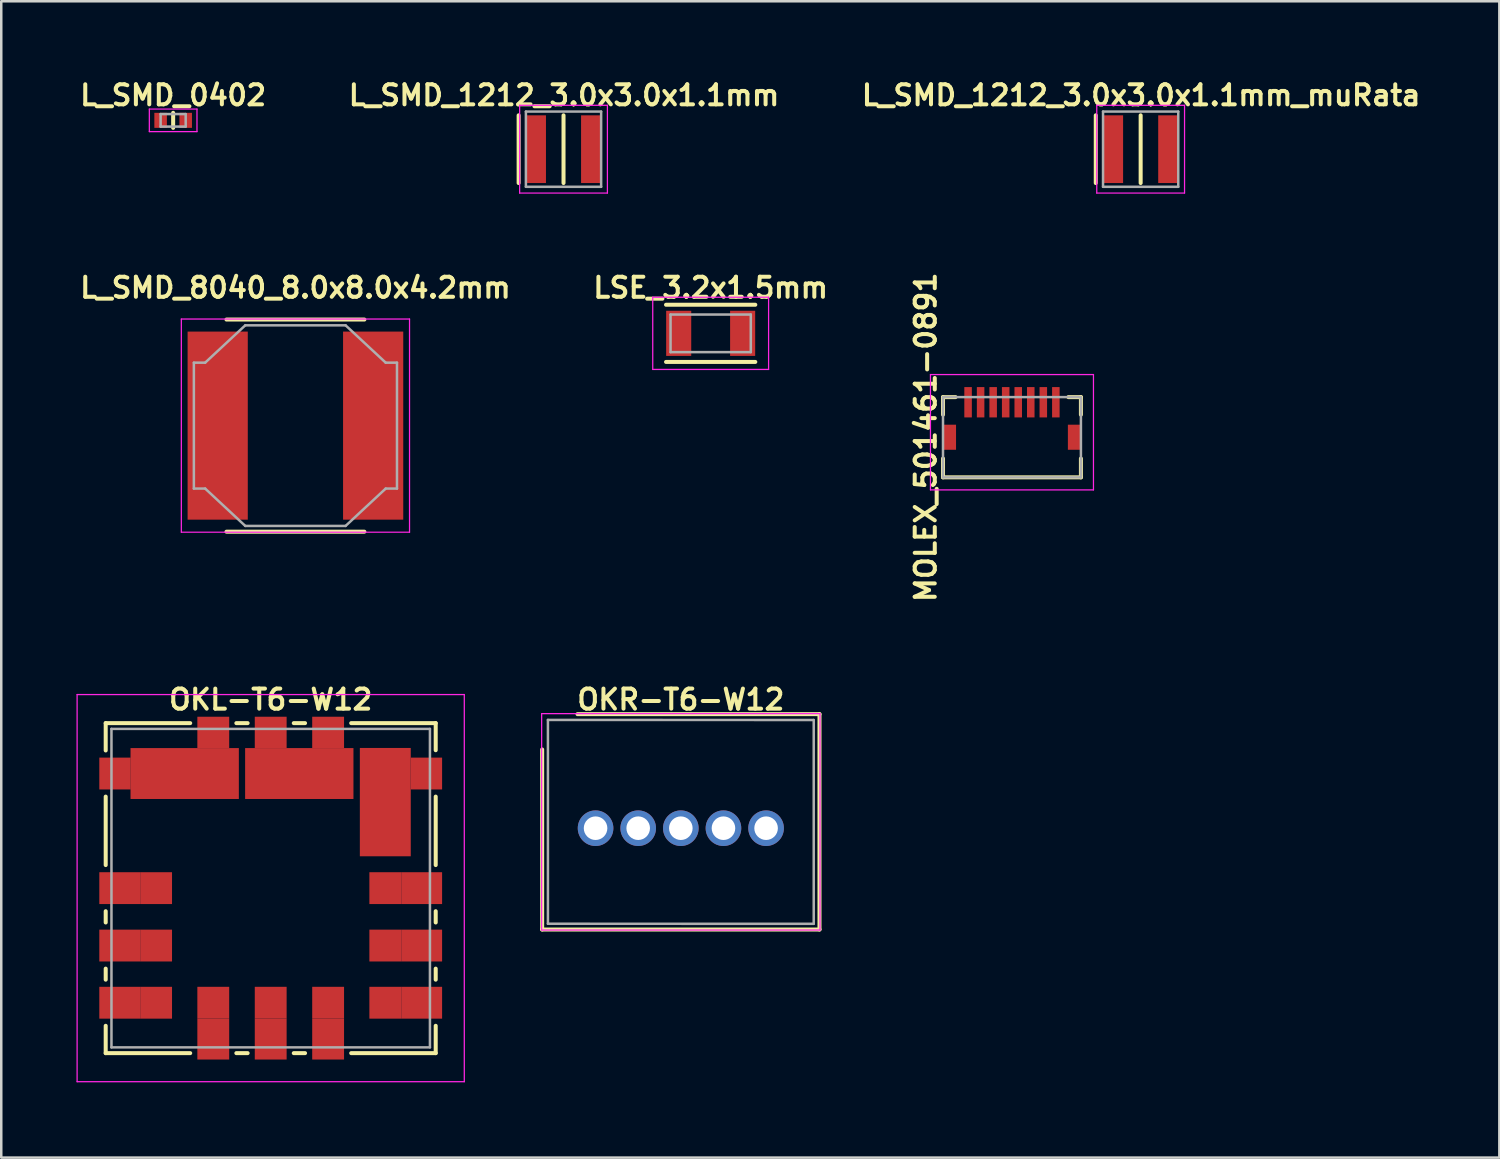
<source format=kicad_pcb>
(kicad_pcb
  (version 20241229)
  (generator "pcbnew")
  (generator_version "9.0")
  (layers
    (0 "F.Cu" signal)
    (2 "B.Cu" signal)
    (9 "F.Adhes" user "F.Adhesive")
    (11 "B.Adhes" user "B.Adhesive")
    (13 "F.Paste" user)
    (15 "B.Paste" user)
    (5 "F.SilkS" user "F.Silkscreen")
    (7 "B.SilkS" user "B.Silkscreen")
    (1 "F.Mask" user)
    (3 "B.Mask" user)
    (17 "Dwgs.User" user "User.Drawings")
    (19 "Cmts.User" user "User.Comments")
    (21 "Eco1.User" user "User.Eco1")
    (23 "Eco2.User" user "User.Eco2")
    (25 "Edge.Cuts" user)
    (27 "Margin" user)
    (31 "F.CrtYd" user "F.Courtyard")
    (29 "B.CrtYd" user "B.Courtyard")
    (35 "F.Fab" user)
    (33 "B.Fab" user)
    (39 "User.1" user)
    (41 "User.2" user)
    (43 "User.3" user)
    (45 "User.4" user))
  (footprint "L_SMD_8040_8.0x8.0x4.2mm"
    (layer "F.Cu")
    (at 8.731 13.923)
    (property "Reference" "L_SMD_8040_8.0x8.0x4.2mm" (at 0 -5.5 0) (layer "F.SilkS") (effects (font (size 0.8 0.8) (thickness 0.16))))
    (attr through_hole)
    (fp_line (start -2.75 -4.23) (end 2.75 -4.23) (stroke (width 0.16) (type solid)) (layer "F.SilkS"))
    (fp_line (start 2.75 4.23) (end -2.75 4.23) (stroke (width 0.16) (type solid)) (layer "F.SilkS"))
    (fp_line (start -4.55 -4.25) (end 4.55 -4.25) (stroke (width 0.05) (type solid)) (layer "F.CrtYd"))
    (fp_line (start -4.55 4.25) (end -4.55 -4.25) (stroke (width 0.05) (type solid)) (layer "F.CrtYd"))
    (fp_line (start 4.55 -4.25) (end 4.55 4.25) (stroke (width 0.05) (type solid)) (layer "F.CrtYd"))
    (fp_line (start 4.55 4.25) (end -4.55 4.25) (stroke (width 0.05) (type solid)) (layer "F.CrtYd"))
    (fp_line (start -4.05 -2.51) (end -4.05 2.51) (stroke (width 0.1) (type solid)) (layer "F.Fab"))
    (fp_line (start -4.05 -2.51) (end -3.6 -2.51) (stroke (width 0.1) (type solid)) (layer "F.Fab"))
    (fp_line (start -3.6 -2.51) (end -2 -4) (stroke (width 0.1) (type solid)) (layer "F.Fab"))
    (fp_line (start -3.6 2.51) (end -4.05 2.51) (stroke (width 0.1) (type solid)) (layer "F.Fab"))
    (fp_line (start -2 -4) (end 2 -4) (stroke (width 0.1) (type solid)) (layer "F.Fab"))
    (fp_line (start -2 4) (end -3.6 2.51) (stroke (width 0.1) (type solid)) (layer "F.Fab"))
    (fp_line (start 2 4) (end -2 4) (stroke (width 0.1) (type solid)) (layer "F.Fab"))
    (fp_line (start 3.6 -2.51) (end 2 -4) (stroke (width 0.1) (type solid)) (layer "F.Fab"))
    (fp_line (start 3.6 -2.51) (end 4.05 -2.51) (stroke (width 0.1) (type solid)) (layer "F.Fab"))
    (fp_line (start 3.6 2.51) (end 2 4) (stroke (width 0.1) (type solid)) (layer "F.Fab"))
    (fp_line (start 4.05 2.51) (end 3.6 2.51) (stroke (width 0.1) (type solid)) (layer "F.Fab"))
    (fp_line (start 4.05 2.51) (end 4.05 -2.51) (stroke (width 0.1) (type solid)) (layer "F.Fab"))
    (pad "" smd rect (at -3.1 -2.87) (size 2.4 1.75) (layers "F.Paste"))
    (pad "" smd rect (at -3.1 -0.937) (size 2.4 1.75) (layers "F.Paste"))
    (pad "" smd rect (at -3.1 0.997) (size 2.4 1.75) (layers "F.Paste"))
    (pad "" smd rect (at -3.1 2.93) (size 2.4 1.75) (layers "F.Paste"))
    (pad "" smd rect (at 3.1 -2.93 180) (size 2.4 1.75) (layers "F.Paste"))
    (pad "" smd rect (at 3.1 -0.997 180) (size 2.4 1.75) (layers "F.Paste"))
    (pad "" smd rect (at 3.1 0.937 180) (size 2.4 1.75) (layers "F.Paste"))
    (pad "" smd rect (at 3.1 2.87 180) (size 2.4 1.75) (layers "F.Paste"))
    (pad "1" smd rect (at -3.1 0) (size 2.4 7.5) (layers "F.Cu" "F.Mask"))
    (pad "2" smd rect (at 3.1 0) (size 2.4 7.5) (layers "F.Cu" "F.Mask")))
  (footprint "LSE_3.2x1.5mm"
    (layer "F.Cu")
    (at 25.29 10.243)
    (property "Reference" "LSE_3.2x1.5mm" (at 0 -1.82 0) (layer "F.SilkS") (effects (font (size 0.8 0.8) (thickness 0.16))))
    (attr through_hole)
    (fp_line (start -1.78 1.14) (end 1.78 1.14) (stroke (width 0.16) (type solid)) (layer "F.SilkS"))
    (fp_line (start 1.78 -1.14) (end -1.78 -1.14) (stroke (width 0.16) (type solid)) (layer "F.SilkS"))
    (fp_line (start -2.31 -1.44) (end 2.31 -1.44) (stroke (width 0.05) (type solid)) (layer "F.CrtYd"))
    (fp_line (start -2.31 1.44) (end -2.31 -1.44) (stroke (width 0.05) (type solid)) (layer "F.CrtYd"))
    (fp_line (start 2.31 -1.44) (end 2.31 1.44) (stroke (width 0.05) (type solid)) (layer "F.CrtYd"))
    (fp_line (start 2.31 1.44) (end -2.31 1.44) (stroke (width 0.05) (type solid)) (layer "F.CrtYd"))
    (fp_line (start -1.6 -0.75) (end -1.6 0.75) (stroke (width 0.1) (type solid)) (layer "F.Fab"))
    (fp_line (start -1.6 -0.75) (end 1.6 -0.75) (stroke (width 0.1) (type solid)) (layer "F.Fab"))
    (fp_line (start 1.6 -0.75) (end 1.6 0.75) (stroke (width 0.1) (type solid)) (layer "F.Fab"))
    (fp_line (start 1.6 0.75) (end -1.6 0.75) (stroke (width 0.1) (type solid)) (layer "F.Fab"))
    (pad "1" smd rect (at -1.275 0) (size 1 1.8) (layers "F.Cu" "F.Mask" "F.Paste"))
    (pad "2" smd rect (at 1.275 0) (size 1 1.8) (layers "F.Cu" "F.Mask" "F.Paste")))
  (footprint "OKR-T6-W12"
    (layer "F.Cu")
    (at 24.1 33.787)
    (property "Reference" "OKR-T6-W12" (at 0 -8.94 0) (layer "F.SilkS") (effects (font (size 0.8 0.8) (thickness 0.16))))
    (attr through_hole)
    (fp_line (start -5.53 -6.95) (end -5.53 0.23) (stroke (width 0.16) (type solid)) (layer "F.SilkS"))
    (fp_line (start -5.53 0.23) (end 5.53 0.23) (stroke (width 0.16) (type solid)) (layer "F.SilkS"))
    (fp_line (start -4.12 -8.358) (end 5.53 -8.358) (stroke (width 0.16) (type solid)) (layer "F.SilkS"))
    (fp_line (start 5.53 -8.358) (end 5.53 0.23) (stroke (width 0.16) (type solid)) (layer "F.SilkS"))
    (fp_line (start -5.55 -8.378) (end 5.55 -8.378) (stroke (width 0.05) (type solid)) (layer "F.CrtYd"))
    (fp_line (start -5.55 0.25) (end -5.55 -8.378) (stroke (width 0.05) (type solid)) (layer "F.CrtYd"))
    (fp_line (start -5.55 0.25) (end 5.55 0.25) (stroke (width 0.05) (type solid)) (layer "F.CrtYd"))
    (fp_line (start 5.55 0.25) (end 5.55 -8.378) (stroke (width 0.05) (type solid)) (layer "F.CrtYd"))
    (fp_line (start -5.3 -8.128) (end -5.3 0) (stroke (width 0.1) (type solid)) (layer "F.Fab"))
    (fp_line (start -5.3 -8.128) (end 5.3 -8.125) (stroke (width 0.1) (type solid)) (layer "F.Fab"))
    (fp_line (start -5.3 0) (end 5.3 0.003) (stroke (width 0.1) (type solid)) (layer "F.Fab"))
    (fp_line (start 5.3 -8.125) (end 5.3 0.003) (stroke (width 0.1) (type solid)) (layer "F.Fab"))
    (pad "1" thru_hole circle (at -3.4 -3.81) (size 1.42 1.42) (drill 0.94) (layers "*.Cu" "*.Mask"))
    (pad "2" thru_hole circle (at -1.7 -3.81) (size 1.42 1.42) (drill 0.94) (layers "*.Cu" "*.Mask"))
    (pad "3" thru_hole circle (at 0 -3.81) (size 1.42 1.42) (drill 0.94) (layers "*.Cu" "*.Mask"))
    (pad "4" thru_hole circle (at 1.7 -3.81) (size 1.42 1.42) (drill 0.94) (layers "*.Cu" "*.Mask"))
    (pad "5" thru_hole circle (at 3.4 -3.81) (size 1.42 1.42) (drill 0.94) (layers "*.Cu" "*.Mask")))
  (footprint "L_SMD_1212_3.0x3.0x1.1mm_muRata"
    (layer "F.Cu")
    (at 42.437 2.899)
    (property "Reference" "L_SMD_1212_3.0x3.0x1.1mm_muRata" (at 0.02 -2.15 0) (layer "F.SilkS") (effects (font (size 0.8 0.8) (thickness 0.16))))
    (attr through_hole)
    (fp_line (start -1.79 -1.35) (end -1.79 1.35) (stroke (width 0.16) (type solid)) (layer "F.SilkS"))
    (fp_line (start 0 -1.35) (end 0 1.35) (stroke (width 0.16) (type solid)) (layer "F.SilkS"))
    (fp_line (start -1.75 -1.75) (end 1.75 -1.75) (stroke (width 0.05) (type solid)) (layer "F.CrtYd"))
    (fp_line (start -1.75 1.75) (end -1.75 -1.75) (stroke (width 0.05) (type solid)) (layer "F.CrtYd"))
    (fp_line (start 1.75 -1.75) (end 1.75 1.75) (stroke (width 0.05) (type solid)) (layer "F.CrtYd"))
    (fp_line (start 1.75 1.75) (end -1.75 1.75) (stroke (width 0.05) (type solid)) (layer "F.CrtYd"))
    (fp_line (start -1.5 -1.5) (end -1.5 1.5) (stroke (width 0.1) (type solid)) (layer "F.Fab"))
    (fp_line (start -1.5 1.5) (end 1.5 1.5) (stroke (width 0.1) (type solid)) (layer "F.Fab"))
    (fp_line (start 1.5 -1.5) (end -1.5 -1.5) (stroke (width 0.1) (type solid)) (layer "F.Fab"))
    (fp_line (start 1.5 1.5) (end 1.5 -1.5) (stroke (width 0.1) (type solid)) (layer "F.Fab"))
    (pad "1" smd rect (at -1.1 0) (size 0.8 2.7) (layers "F.Cu" "F.Mask" "F.Paste"))
    (pad "2" smd rect (at 1.1 0) (size 0.8 2.7) (layers "F.Cu" "F.Mask" "F.Paste")))
  (footprint "L_SMD_1212_3.0x3.0x1.1mm"
    (layer "F.Cu")
    (at 19.422 2.899)
    (property "Reference" "L_SMD_1212_3.0x3.0x1.1mm" (at 0.02 -2.15 0) (layer "F.SilkS") (effects (font (size 0.8 0.8) (thickness 0.16))))
    (attr through_hole)
    (fp_line (start -1.79 -1.35) (end -1.79 1.35) (stroke (width 0.16) (type solid)) (layer "F.SilkS"))
    (fp_line (start 0 -1.35) (end 0 1.35) (stroke (width 0.16) (type solid)) (layer "F.SilkS"))
    (fp_line (start -1.75 -1.75) (end 1.75 -1.75) (stroke (width 0.05) (type solid)) (layer "F.CrtYd"))
    (fp_line (start -1.75 1.75) (end -1.75 -1.75) (stroke (width 0.05) (type solid)) (layer "F.CrtYd"))
    (fp_line (start 1.75 -1.75) (end 1.75 1.75) (stroke (width 0.05) (type solid)) (layer "F.CrtYd"))
    (fp_line (start 1.75 1.75) (end -1.75 1.75) (stroke (width 0.05) (type solid)) (layer "F.CrtYd"))
    (fp_line (start -1.5 -1.5) (end -1.5 1.5) (stroke (width 0.1) (type solid)) (layer "F.Fab"))
    (fp_line (start -1.5 1.5) (end 1.5 1.5) (stroke (width 0.1) (type solid)) (layer "F.Fab"))
    (fp_line (start 1.5 -1.5) (end -1.5 -1.5) (stroke (width 0.1) (type solid)) (layer "F.Fab"))
    (fp_line (start 1.5 1.5) (end 1.5 -1.5) (stroke (width 0.1) (type solid)) (layer "F.Fab"))
    (pad "1" smd rect (at -1.1 0) (size 0.8 2.7) (layers "F.Cu" "F.Mask" "F.Paste"))
    (pad "2" smd rect (at 1.1 0) (size 0.8 2.7) (layers "F.Cu" "F.Mask" "F.Paste")))
  (footprint "L_SMD_0402"
    (layer "F.Cu")
    (at 3.855 1.749)
    (property "Reference" "L_SMD_0402" (at 0 -1 0) (layer "F.SilkS") (effects (font (size 0.8 0.8) (thickness 0.16))))
    (attr through_hole)
    (fp_line (start 0 -0.3) (end 0 0.3) (stroke (width 0.16) (type solid)) (layer "F.SilkS"))
    (fp_line (start -0.95 -0.45) (end 0.95 -0.45) (stroke (width 0.05) (type solid)) (layer "F.CrtYd"))
    (fp_line (start -0.95 0.45) (end -0.95 -0.45) (stroke (width 0.05) (type solid)) (layer "F.CrtYd"))
    (fp_line (start -0.95 0.45) (end 0.95 0.45) (stroke (width 0.05) (type solid)) (layer "F.CrtYd"))
    (fp_line (start 0.95 0.45) (end 0.95 -0.45) (stroke (width 0.05) (type solid)) (layer "F.CrtYd"))
    (fp_line (start -0.5 -0.25) (end 0.5 -0.25) (stroke (width 0.1) (type solid)) (layer "F.Fab"))
    (fp_line (start -0.5 0.25) (end -0.5 -0.25) (stroke (width 0.1) (type solid)) (layer "F.Fab"))
    (fp_line (start -0.5 0.25) (end 0.5 0.25) (stroke (width 0.1) (type solid)) (layer "F.Fab"))
    (fp_line (start 0.5 0.25) (end 0.5 -0.25) (stroke (width 0.1) (type solid)) (layer "F.Fab"))
    (pad "1" smd rect (at -0.5 0) (size 0.5 0.6) (layers "F.Cu" "F.Mask" "F.Paste"))
    (pad "2" smd rect (at 0.5 0) (size 0.5 0.6) (layers "F.Cu" "F.Mask" "F.Paste")))
  (footprint "MOLEX_501461-0891"
    (layer "F.Cu")
    (at 37.305 14.386)
    (property "Reference" "MOLEX_501461-0891" (at -3.44 0 90) (layer "F.SilkS") (effects (font (size 0.8 0.8) (thickness 0.16))))
    (attr smd)
    (fp_line (start -2.75 -1.6) (end -2.75 -0.9) (stroke (width 0.16) (type solid)) (layer "F.SilkS"))
    (fp_line (start -2.75 0.85) (end -2.75 1.6) (stroke (width 0.16) (type solid)) (layer "F.SilkS"))
    (fp_line (start -2.75 1.6) (end 2.75 1.6) (stroke (width 0.16) (type solid)) (layer "F.SilkS"))
    (fp_line (start -2.25 -1.6) (end -2.75 -1.6) (stroke (width 0.16) (type solid)) (layer "F.SilkS"))
    (fp_line (start 2.25 -1.6) (end 2.75 -1.6) (stroke (width 0.16) (type solid)) (layer "F.SilkS"))
    (fp_line (start 2.75 -1.6) (end 2.75 -0.9) (stroke (width 0.16) (type solid)) (layer "F.SilkS"))
    (fp_line (start 2.75 1.6) (end 2.75 0.85) (stroke (width 0.16) (type solid)) (layer "F.SilkS"))
    (fp_line (start -3.25 -2.5) (end 3.25 -2.5) (stroke (width 0.05) (type solid)) (layer "F.CrtYd"))
    (fp_line (start -3.25 2.1) (end -3.25 -2.5) (stroke (width 0.05) (type solid)) (layer "F.CrtYd"))
    (fp_line (start 3.25 -2.5) (end 3.25 2.1) (stroke (width 0.05) (type solid)) (layer "F.CrtYd"))
    (fp_line (start 3.25 2.1) (end -3.25 2.1) (stroke (width 0.05) (type solid)) (layer "F.CrtYd"))
    (fp_line (start -2.75 -1.6) (end 2.75 -1.6) (stroke (width 0.1) (type solid)) (layer "F.Fab"))
    (fp_line (start -2.75 1.6) (end -2.75 -1.6) (stroke (width 0.1) (type solid)) (layer "F.Fab"))
    (fp_line (start 2.75 -1.6) (end 2.75 1.6) (stroke (width 0.1) (type solid)) (layer "F.Fab"))
    (fp_line (start 2.75 1.6) (end -2.75 1.6) (stroke (width 0.1) (type solid)) (layer "F.Fab"))
    (pad "1" smd rect (at -1.75 -1.395) (size 0.3 1.21) (layers "F.Cu" "F.Mask" "F.Paste"))
    (pad "2" smd rect (at -1.25 -1.395) (size 0.3 1.21) (layers "F.Cu" "F.Mask" "F.Paste"))
    (pad "3" smd rect (at -0.75 -1.395) (size 0.3 1.21) (layers "F.Cu" "F.Mask" "F.Paste"))
    (pad "4" smd rect (at -0.25 -1.395) (size 0.3 1.21) (layers "F.Cu" "F.Mask" "F.Paste"))
    (pad "5" smd rect (at 0.25 -1.395) (size 0.3 1.21) (layers "F.Cu" "F.Mask" "F.Paste"))
    (pad "6" smd rect (at 0.75 -1.395) (size 0.3 1.21) (layers "F.Cu" "F.Mask" "F.Paste"))
    (pad "7" smd rect (at 1.25 -1.395) (size 0.3 1.21) (layers "F.Cu" "F.Mask" "F.Paste"))
    (pad "8" smd rect (at 1.75 -1.395) (size 0.3 1.21) (layers "F.Cu" "F.Mask" "F.Paste"))
    (pad "MP1" smd rect (at -2.49 0) (size 0.52 1) (layers "F.Cu" "F.Mask" "F.Paste"))
    (pad "MP2" smd rect (at 2.49 0) (size 0.52 1) (layers "F.Cu" "F.Mask" "F.Paste")))
  (footprint "OKL-T6-W12"
    (layer "F.Cu")
    (at 7.745 32.367)
    (property "Reference" "OKL-T6-W12" (at 0 -7.52 0) (layer "F.SilkS") (effects (font (size 0.8 0.8) (thickness 0.16))))
    (attr through_hole)
    (fp_line (start -6.58 -5.49) (end -6.58 -6.58) (stroke (width 0.16) (type solid)) (layer "F.SilkS"))
    (fp_line (start -6.58 -0.92) (end -6.58 -3.65) (stroke (width 0.16) (type solid)) (layer "F.SilkS"))
    (fp_line (start -6.58 1.37) (end -6.58 0.92) (stroke (width 0.16) (type solid)) (layer "F.SilkS"))
    (fp_line (start -6.58 3.21) (end -6.58 3.65) (stroke (width 0.16) (type solid)) (layer "F.SilkS"))
    (fp_line (start -6.58 5.49) (end -6.58 6.58) (stroke (width 0.16) (type solid)) (layer "F.SilkS"))
    (fp_line (start -3.21 -6.58) (end -6.58 -6.58) (stroke (width 0.16) (type solid)) (layer "F.SilkS"))
    (fp_line (start -3.21 6.58) (end -6.58 6.58) (stroke (width 0.16) (type solid)) (layer "F.SilkS"))
    (fp_line (start -1.37 -6.58) (end -0.92 -6.58) (stroke (width 0.16) (type solid)) (layer "F.SilkS"))
    (fp_line (start -1.37 6.58) (end -0.92 6.58) (stroke (width 0.16) (type solid)) (layer "F.SilkS"))
    (fp_line (start 0.92 6.58) (end 1.37 6.58) (stroke (width 0.16) (type solid)) (layer "F.SilkS"))
    (fp_line (start 1.37 -6.58) (end 0.92 -6.58) (stroke (width 0.16) (type solid)) (layer "F.SilkS"))
    (fp_line (start 3.21 -6.58) (end 6.58 -6.58) (stroke (width 0.16) (type solid)) (layer "F.SilkS"))
    (fp_line (start 3.21 6.58) (end 6.58 6.58) (stroke (width 0.16) (type solid)) (layer "F.SilkS"))
    (fp_line (start 6.58 -5.5) (end 6.58 -6.58) (stroke (width 0.16) (type solid)) (layer "F.SilkS"))
    (fp_line (start 6.58 -3.65) (end 6.58 -0.92) (stroke (width 0.16) (type solid)) (layer "F.SilkS"))
    (fp_line (start 6.58 1.37) (end 6.58 0.92) (stroke (width 0.16) (type solid)) (layer "F.SilkS"))
    (fp_line (start 6.58 3.21) (end 6.58 3.65) (stroke (width 0.16) (type solid)) (layer "F.SilkS"))
    (fp_line (start 6.58 5.49) (end 6.58 6.58) (stroke (width 0.16) (type solid)) (layer "F.SilkS"))
    (fp_line (start -7.72 -7.72) (end 7.72 -7.72) (stroke (width 0.05) (type solid)) (layer "F.CrtYd"))
    (fp_line (start -7.72 7.72) (end -7.72 -7.72) (stroke (width 0.05) (type solid)) (layer "F.CrtYd"))
    (fp_line (start 7.72 -7.72) (end 7.72 7.72) (stroke (width 0.05) (type solid)) (layer "F.CrtYd"))
    (fp_line (start 7.72 7.72) (end -7.72 7.72) (stroke (width 0.05) (type solid)) (layer "F.CrtYd"))
    (fp_line (start -6.35 -6.35) (end -6.35 6.35) (stroke (width 0.1) (type solid)) (layer "F.Fab"))
    (fp_line (start -6.35 -6.35) (end 6.35 -6.35) (stroke (width 0.1) (type solid)) (layer "F.Fab"))
    (fp_line (start 6.35 6.35) (end -6.35 6.35) (stroke (width 0.1) (type solid)) (layer "F.Fab"))
    (fp_line (start 6.35 6.35) (end 6.35 -6.35) (stroke (width 0.1) (type solid)) (layer "F.Fab"))
    (pad "1" smd rect (at -6.02 0 180) (size 1.63 1.27) (layers "F.Cu" "F.Mask" "F.Paste"))
    (pad "1" smd rect (at -4.57 0) (size 1.27 1.27) (layers "F.Cu" "F.Mask" "F.Paste"))
    (pad "2" smd rect (at -6.21 -4.57) (size 1.25 1.27) (layers "F.Cu" "F.Mask" "F.Paste"))
    (pad "2" smd rect (at -3.43 -4.57) (size 4.32 2.03) (layers "F.Cu" "F.Mask" "F.Paste"))
    (pad "2" smd rect (at -2.29 -6.21 270) (size 1.25 1.27) (layers "F.Cu" "F.Mask" "F.Paste"))
    (pad "3" smd rect (at 0 -6.21 270) (size 1.25 1.27) (layers "F.Cu" "F.Mask" "F.Paste"))
    (pad "3" smd rect (at 1.14 -4.57) (size 4.32 2.03) (layers "F.Cu" "F.Mask" "F.Paste"))
    (pad "3" smd rect (at 2.29 -6.21 270) (size 1.25 1.27) (layers "F.Cu" "F.Mask" "F.Paste"))
    (pad "4" smd rect (at 4.57 -3.43 90) (size 4.32 2.03) (layers "F.Cu" "F.Mask" "F.Paste"))
    (pad "4" smd rect (at 6.21 -4.57) (size 1.25 1.27) (layers "F.Cu" "F.Mask" "F.Paste"))
    (pad "5" smd rect (at 4.57 0) (size 1.27 1.27) (layers "F.Cu" "F.Mask" "F.Paste"))
    (pad "5" smd rect (at 6.02 0) (size 1.63 1.27) (layers "F.Cu" "F.Mask" "F.Paste"))
    (pad "6" smd rect (at 4.57 4.57) (size 1.27 1.27) (layers "F.Cu" "F.Mask" "F.Paste"))
    (pad "6" smd rect (at 6.02 4.57) (size 1.63 1.27) (layers "F.Cu" "F.Mask" "F.Paste"))
    (pad "7" smd rect (at 0 4.57) (size 1.27 1.27) (layers "F.Cu" "F.Mask" "F.Paste"))
    (pad "7" smd rect (at 0 6.02 270) (size 1.63 1.27) (layers "F.Cu" "F.Mask" "F.Paste"))
    (pad "8" smd rect (at -2.29 4.57) (size 1.27 1.27) (layers "F.Cu" "F.Mask" "F.Paste"))
    (pad "8" smd rect (at -2.29 6.02 270) (size 1.63 1.27) (layers "F.Cu" "F.Mask" "F.Paste"))
    (pad "9" smd rect (at -6.02 4.57 180) (size 1.63 1.27) (layers "F.Cu" "F.Mask" "F.Paste"))
    (pad "9" smd rect (at -4.57 4.57) (size 1.27 1.27) (layers "F.Cu" "F.Mask" "F.Paste"))
    (pad "10" smd rect (at -6.02 2.29 180) (size 1.63 1.27) (layers "F.Cu" "F.Mask" "F.Paste"))
    (pad "10" smd rect (at -4.57 2.29) (size 1.27 1.27) (layers "F.Cu" "F.Mask" "F.Paste"))
    (pad "11" smd rect (at 4.57 2.29) (size 1.27 1.27) (layers "F.Cu" "F.Mask" "F.Paste"))
    (pad "11" smd rect (at 6.02 2.29) (size 1.63 1.27) (layers "F.Cu" "F.Mask" "F.Paste"))
    (pad "12" smd rect (at 2.29 4.57) (size 1.27 1.27) (layers "F.Cu" "F.Mask" "F.Paste"))
    (pad "12" smd rect (at 2.29 6.02 270) (size 1.63 1.27) (layers "F.Cu" "F.Mask" "F.Paste")))
  (gr_rect
    (start -3 -3)
    (end 56.741 43.112)
    (stroke (width 0.1) (type default))
    (fill no)
    (layer "Edge.Cuts")))
</source>
